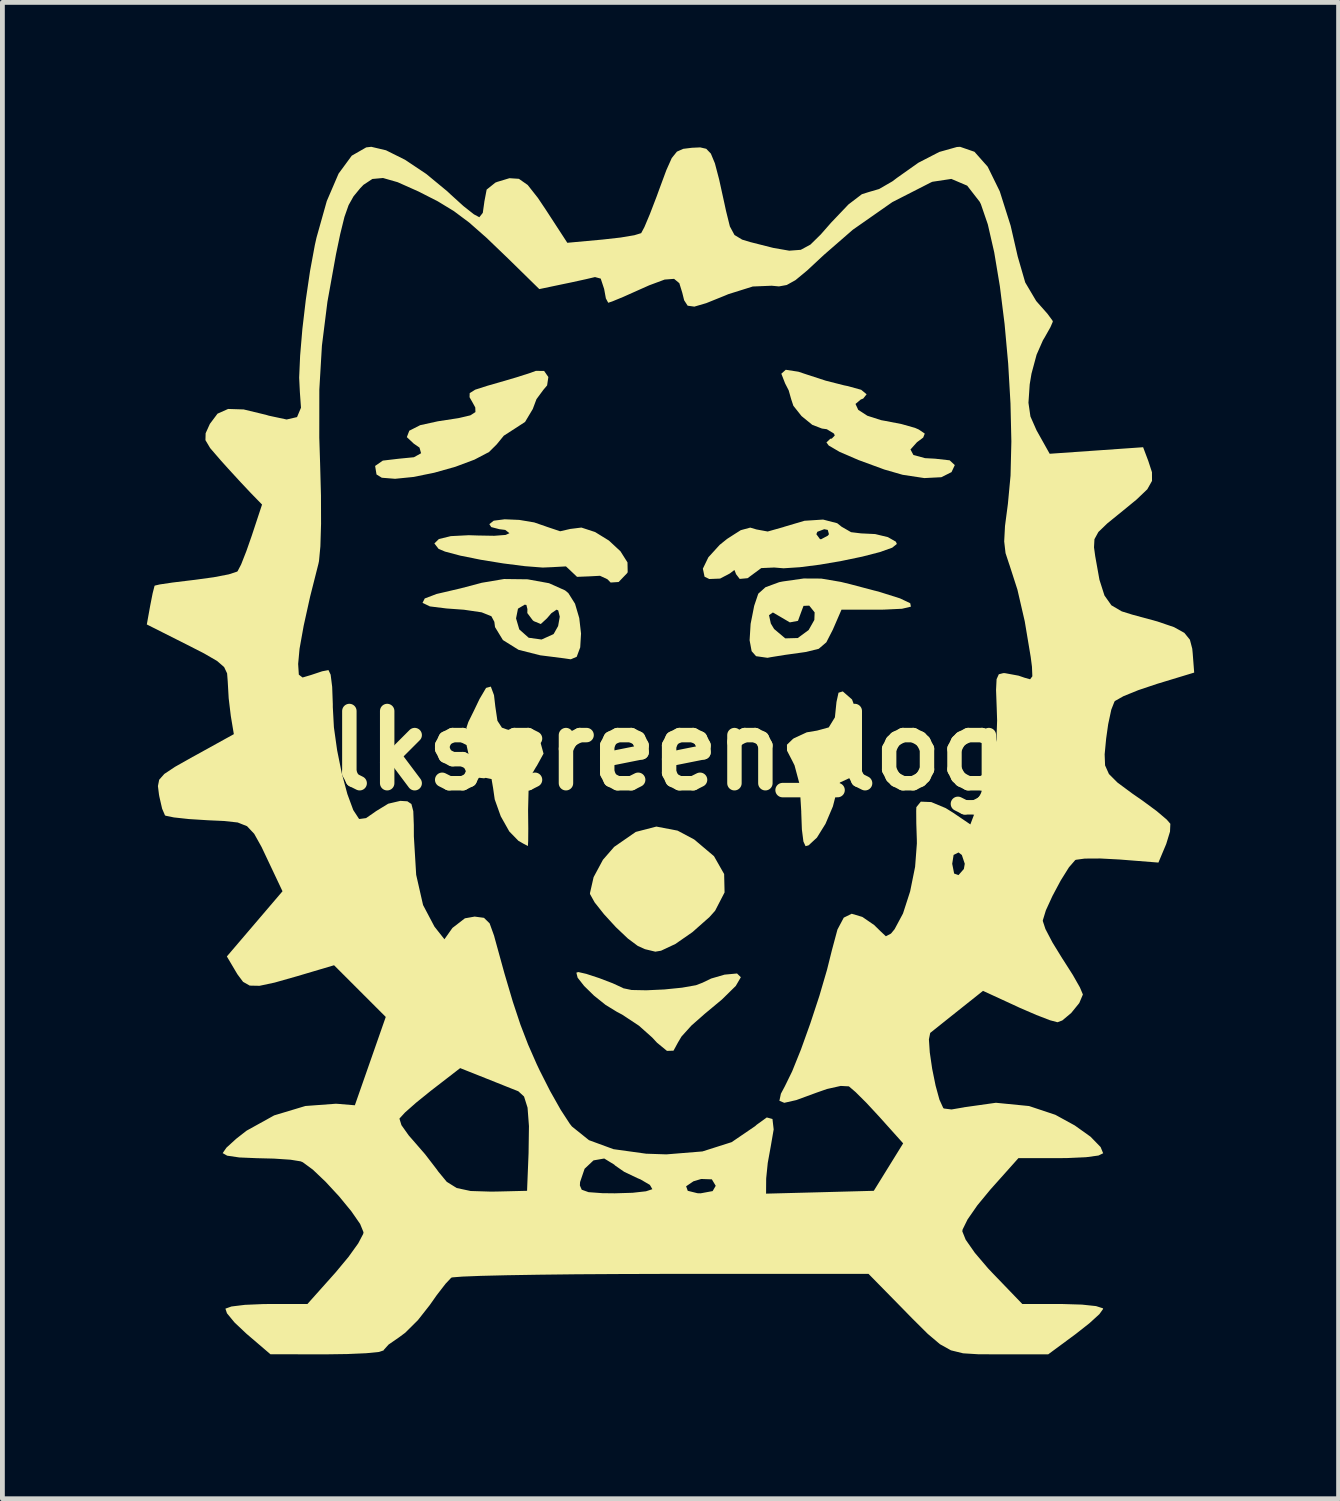
<source format=kicad_pcb>
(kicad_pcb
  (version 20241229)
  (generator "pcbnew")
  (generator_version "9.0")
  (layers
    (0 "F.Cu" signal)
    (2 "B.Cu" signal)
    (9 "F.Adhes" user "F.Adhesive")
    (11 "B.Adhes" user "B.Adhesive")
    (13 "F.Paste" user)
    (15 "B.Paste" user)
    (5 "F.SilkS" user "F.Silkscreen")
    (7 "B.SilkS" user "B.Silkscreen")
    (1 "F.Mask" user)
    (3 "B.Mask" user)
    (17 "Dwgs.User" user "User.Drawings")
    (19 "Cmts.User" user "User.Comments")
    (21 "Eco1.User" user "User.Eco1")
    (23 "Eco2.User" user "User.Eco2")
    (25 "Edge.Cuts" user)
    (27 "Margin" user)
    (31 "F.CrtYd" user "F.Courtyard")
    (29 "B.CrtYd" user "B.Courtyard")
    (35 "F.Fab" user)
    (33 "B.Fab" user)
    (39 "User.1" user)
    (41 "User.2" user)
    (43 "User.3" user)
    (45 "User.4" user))
  (footprint "silkscreen_logo"
    (layer "F.Cu")
    (at 10.565 12.543)
    (property "Reference" "silkscreen_logo" (at 0 0 0) (layer "F.SilkS") (effects (font (size 1.5 1.5) (thickness 0.3))))
    (attr board_only exclude_from_pos_files exclude_from_bom)
    (fp_poly (pts (xy 0.461 1.663) (xy 0.807 1.847) (xy 1.218 2.194) (xy 1.429 2.565) (xy 1.438 2.947) (xy 1.241 3.328) (xy 1.125 3.458) (xy 0.769 3.773) (xy 0.416 4.018) (xy 0.118 4.158) (xy 0 4.178) (xy -0.216 4.126) (xy -0.366 4.058) (xy -0.57 3.906) (xy -0.82 3.669) (xy -1.066 3.401) (xy -1.261 3.155) (xy -1.356 2.984) (xy -1.359 2.964) (xy -1.283 2.63) (xy -1.089 2.269) (xy -0.856 2.001) (xy -0.407 1.69) (xy 0.021 1.579)) (stroke (width 0) (type solid)) (fill yes) (layer "F.SilkS"))
    (fp_poly (pts (xy 4.086 -1.061) (xy 4.212 -0.725) (xy 4.263 -0.256) (xy 4.26 -0.052) (xy 4.237 0.299) (xy 4.192 0.489) (xy 4.11 0.565) (xy 4.026 0.575) (xy 3.835 0.663) (xy 3.785 0.784) (xy 3.688 1.161) (xy 3.535 1.521) (xy 3.357 1.808) (xy 3.183 1.969) (xy 3.12 1.986) (xy 3.076 1.89) (xy 3.044 1.639) (xy 3.031 1.285) (xy 3.031 1.263) (xy 2.997 0.702) (xy 2.891 0.306) (xy 2.849 0.222) (xy 2.735 0.002) (xy 2.734 -0.122) (xy 2.852 -0.236) (xy 2.875 -0.254) (xy 3.145 -0.379) (xy 3.36 -0.415) (xy 3.602 -0.481) (xy 3.73 -0.69) (xy 3.763 -1.01) (xy 3.805 -1.202) (xy 3.894 -1.229)) (stroke (width 0) (type solid)) (fill yes) (layer "F.SilkS"))
    (fp_poly (pts (xy -1.435 4.639) (xy -1.167 4.727) (xy -0.887 4.834) (xy -0.686 4.926) (xy -0.666 4.938) (xy -0.494 4.974) (xy -0.187 4.98) (xy 0.186 4.963) (xy 0.553 4.926) (xy 0.843 4.875) (xy 0.977 4.824) (xy 1.159 4.736) (xy 1.431 4.657) (xy 1.437 4.655) (xy 1.697 4.631) (xy 1.776 4.709) (xy 1.671 4.889) (xy 1.385 5.17) (xy 1.026 5.469) (xy 0.749 5.713) (xy 0.543 5.941) (xy 0.47 6.064) (xy 0.377 6.235) (xy 0.241 6.239) (xy 0.035 6.07) (xy -0.067 5.96) (xy -0.341 5.716) (xy -0.689 5.486) (xy -0.799 5.428) (xy -1.034 5.284) (xy -1.274 5.092) (xy -1.48 4.89) (xy -1.615 4.718) (xy -1.641 4.614) (xy -1.601 4.601)) (stroke (width 0) (type solid)) (fill yes) (layer "F.SilkS"))
    (fp_poly (pts (xy -3.352 -1.151) (xy -3.325 -0.916) (xy -3.281 -0.619) (xy -3.188 -0.476) (xy -3.084 -0.439) (xy -2.638 -0.325) (xy -2.383 -0.155) (xy -2.323 0.063) (xy -2.465 0.322) (xy -2.477 0.337) (xy -2.58 0.515) (xy -2.633 0.795) (xy -2.644 1.228) (xy -2.644 1.259) (xy -2.64 1.618) (xy -2.642 1.877) (xy -2.648 1.983) (xy -2.649 1.983) (xy -2.74 1.935) (xy -2.845 1.875) (xy -3.035 1.68) (xy -3.212 1.365) (xy -3.337 1.015) (xy -3.371 0.779) (xy -3.403 0.592) (xy -3.525 0.567) (xy -3.559 0.576) (xy -3.737 0.557) (xy -3.799 0.449) (xy -3.92 -0.1) (xy -3.924 -0.477) (xy -3.886 -0.592) (xy -3.768 -0.831) (xy -3.653 -1.071) (xy -3.517 -1.302) (xy -3.418 -1.329)) (stroke (width 0) (type solid)) (fill yes) (layer "F.SilkS"))
    (fp_poly (pts (xy -2.311 -7.887) (xy -2.223 -7.76) (xy -2.249 -7.586) (xy -2.326 -7.495) (xy -2.47 -7.3) (xy -2.547 -7.095) (xy -2.707 -6.827) (xy -2.902 -6.7) (xy -3.149 -6.541) (xy -3.295 -6.362) (xy -3.455 -6.203) (xy -3.758 -6.044) (xy -4.154 -5.896) (xy -4.594 -5.772) (xy -5.028 -5.684) (xy -5.407 -5.646) (xy -5.683 -5.668) (xy -5.793 -5.736) (xy -5.822 -5.913) (xy -5.662 -6.024) (xy -5.331 -6.063) (xy -5.016 -6.094) (xy -4.867 -6.177) (xy -4.9 -6.294) (xy -5.021 -6.378) (xy -5.163 -6.512) (xy -5.112 -6.645) (xy -4.886 -6.76) (xy -4.517 -6.841) (xy -4.093 -6.906) (xy -3.844 -6.964) (xy -3.738 -7.032) (xy -3.741 -7.127) (xy -3.788 -7.214) (xy -3.86 -7.341) (xy -3.857 -7.426) (xy -3.744 -7.497) (xy -3.485 -7.58) (xy -3.24 -7.65) (xy -2.889 -7.753) (xy -2.601 -7.845) (xy -2.483 -7.888)) (stroke (width 0) (type solid)) (fill yes) (layer "F.SilkS"))
    (fp_poly (pts (xy -2.827 -4.792) (xy -2.517 -4.74) (xy -2.265 -4.653) (xy -2.264 -4.652) (xy -1.978 -4.556) (xy -1.769 -4.604) (xy -1.536 -4.633) (xy -1.252 -4.54) (xy -0.965 -4.363) (xy -0.725 -4.14) (xy -0.579 -3.909) (xy -0.575 -3.706) (xy -0.586 -3.686) (xy -0.763 -3.502) (xy -0.929 -3.491) (xy -0.996 -3.559) (xy -1.15 -3.631) (xy -1.376 -3.619) (xy -1.627 -3.609) (xy -1.742 -3.718) (xy -1.857 -3.826) (xy -2.1 -3.813) (xy -2.107 -3.812) (xy -2.34 -3.802) (xy -2.711 -3.831) (xy -3.16 -3.888) (xy -3.627 -3.964) (xy -4.05 -4.049) (xy -4.37 -4.134) (xy -4.503 -4.19) (xy -4.591 -4.303) (xy -4.498 -4.394) (xy -4.25 -4.455) (xy -3.876 -4.474) (xy -3.685 -4.468) (xy -3.347 -4.462) (xy -3.11 -4.48) (xy -3.031 -4.516) (xy -3.119 -4.584) (xy -3.24 -4.599) (xy -3.41 -4.643) (xy -3.449 -4.704) (xy -3.358 -4.776) (xy -3.129 -4.805)) (stroke (width 0) (type solid)) (fill yes) (layer "F.SilkS"))
    (fp_poly (pts (xy 3.447 -3.573) (xy 3.854 -3.504) (xy 4.047 -3.457) (xy 4.667 -3.293) (xy 5.082 -3.162) (xy 5.295 -3.061) (xy 5.309 -2.99) (xy 5.124 -2.946) (xy 4.743 -2.928) (xy 4.599 -2.927) (xy 3.867 -2.927) (xy 3.687 -2.512) (xy 3.552 -2.249) (xy 3.394 -2.114) (xy 3.131 -2.049) (xy 3.034 -2.035) (xy 2.689 -1.987) (xy 2.397 -1.94) (xy 2.33 -1.927) (xy 2.092 -1.961) (xy 2 -2.065) (xy 1.958 -2.292) (xy 1.979 -2.633) (xy 2.015 -2.813) (xy 2.361 -2.813) (xy 2.399 -2.639) (xy 2.467 -2.526) (xy 2.698 -2.331) (xy 2.959 -2.338) (xy 3.185 -2.505) (xy 3.303 -2.714) (xy 3.309 -2.871) (xy 3.197 -3.011) (xy 3.078 -3.006) (xy 3.031 -2.881) (xy 2.963 -2.695) (xy 2.794 -2.663) (xy 2.617 -2.767) (xy 2.442 -2.869) (xy 2.361 -2.813) (xy 2.015 -2.813) (xy 2.053 -3.007) (xy 2.138 -3.259) (xy 2.287 -3.393) (xy 2.572 -3.498) (xy 2.647 -3.513) (xy 3.082 -3.575)) (stroke (width 0) (type solid)) (fill yes) (layer "F.SilkS"))
    (fp_poly (pts (xy 2.97 -7.871) (xy 3.16 -7.808) (xy 3.541 -7.684) (xy 3.923 -7.587) (xy 3.998 -7.572) (xy 4.276 -7.495) (xy 4.389 -7.402) (xy 4.318 -7.313) (xy 4.267 -7.293) (xy 4.158 -7.201) (xy 4.215 -7.078) (xy 4.404 -6.956) (xy 4.691 -6.864) (xy 4.774 -6.849) (xy 5.115 -6.783) (xy 5.394 -6.704) (xy 5.472 -6.67) (xy 5.597 -6.585) (xy 5.564 -6.502) (xy 5.435 -6.406) (xy 5.3 -6.255) (xy 5.361 -6.141) (xy 5.602 -6.075) (xy 5.81 -6.064) (xy 6.114 -6.03) (xy 6.221 -5.931) (xy 6.153 -5.785) (xy 5.942 -5.679) (xy 5.588 -5.661) (xy 5.138 -5.729) (xy 4.756 -5.839) (xy 4.22 -6.036) (xy 3.828 -6.205) (xy 3.602 -6.337) (xy 3.554 -6.402) (xy 3.635 -6.478) (xy 3.665 -6.481) (xy 3.727 -6.545) (xy 3.711 -6.585) (xy 3.562 -6.676) (xy 3.461 -6.69) (xy 3.26 -6.767) (xy 3.037 -6.949) (xy 2.867 -7.163) (xy 2.822 -7.299) (xy 2.77 -7.483) (xy 2.696 -7.627) (xy 2.617 -7.829) (xy 2.709 -7.911)) (stroke (width 0) (type solid)) (fill yes) (layer "F.SilkS"))
    (fp_poly (pts (xy 3.778 -4.723) (xy 3.868 -4.651) (xy 4.066 -4.537) (xy 4.273 -4.512) (xy 4.566 -4.498) (xy 4.831 -4.434) (xy 4.996 -4.34) (xy 5.017 -4.292) (xy 4.921 -4.215) (xy 4.666 -4.124) (xy 4.298 -4.029) (xy 3.866 -3.939) (xy 3.417 -3.862) (xy 3 -3.809) (xy 2.663 -3.787) (xy 2.469 -3.803) (xy 2.2 -3.791) (xy 2.09 -3.71) (xy 1.916 -3.581) (xy 1.752 -3.566) (xy 1.673 -3.669) (xy 1.672 -3.679) (xy 1.642 -3.752) (xy 1.547 -3.679) (xy 1.345 -3.573) (xy 1.12 -3.564) (xy 1.022 -3.612) (xy 0.987 -3.779) (xy 1.101 -4.015) (xy 1.337 -4.274) (xy 1.49 -4.397) (xy 1.642 -4.495) (xy 3.345 -4.495) (xy 3.42 -4.393) (xy 3.443 -4.39) (xy 3.585 -4.466) (xy 3.606 -4.495) (xy 3.582 -4.584) (xy 3.508 -4.599) (xy 3.365 -4.545) (xy 3.345 -4.495) (xy 1.642 -4.495) (xy 1.775 -4.579) (xy 1.971 -4.632) (xy 2.1 -4.594) (xy 2.334 -4.551) (xy 2.664 -4.644) (xy 2.676 -4.649) (xy 3.098 -4.774) (xy 3.485 -4.799)) (stroke (width 0) (type solid)) (fill yes) (layer "F.SilkS"))
    (fp_poly (pts (xy -2.655 -3.558) (xy -2.209 -3.477) (xy -1.876 -3.328) (xy -1.808 -3.272) (xy -1.669 -3.051) (xy -1.581 -2.752) (xy -1.544 -2.431) (xy -1.561 -2.144) (xy -1.634 -1.948) (xy -1.757 -1.896) (xy -1.894 -1.916) (xy -2.168 -1.951) (xy -2.391 -1.979) (xy -2.842 -2.093) (xy -3.167 -2.296) (xy -3.331 -2.565) (xy -3.345 -2.675) (xy -3.383 -2.746) (xy -2.894 -2.746) (xy -2.827 -2.517) (xy -2.632 -2.344) (xy -2.364 -2.307) (xy -2.12 -2.417) (xy -2.111 -2.425) (xy -2.02 -2.587) (xy -1.986 -2.781) (xy -2.018 -2.912) (xy -2.053 -2.927) (xy -2.161 -2.853) (xy -2.251 -2.748) (xy -2.38 -2.629) (xy -2.524 -2.688) (xy -2.548 -2.707) (xy -2.66 -2.857) (xy -2.658 -2.939) (xy -2.679 -3.025) (xy -2.715 -3.031) (xy -2.854 -2.948) (xy -2.894 -2.746) (xy -3.383 -2.746) (xy -3.407 -2.791) (xy -3.609 -2.872) (xy -3.977 -2.926) (xy -4.338 -2.952) (xy -4.684 -2.995) (xy -4.837 -3.069) (xy -4.791 -3.16) (xy -4.543 -3.254) (xy -4.442 -3.277) (xy -4.045 -3.37) (xy -3.639 -3.477) (xy -3.606 -3.486) (xy -3.143 -3.564)) (stroke (width 0) (type solid)) (fill yes) (layer "F.SilkS"))
    (fp_poly (pts (xy 6.629 -12.44) (xy 6.904 -12.13) (xy 7.155 -11.618) (xy 7.381 -10.904) (xy 7.528 -10.264) (xy 7.684 -9.725) (xy 7.912 -9.34) (xy 7.959 -9.286) (xy 8.145 -9.076) (xy 8.249 -8.935) (xy 8.258 -8.912) (xy 8.208 -8.796) (xy 8.085 -8.578) (xy 8.052 -8.524) (xy 7.92 -8.224) (xy 7.814 -7.83) (xy 7.777 -7.608) (xy 7.751 -7.225) (xy 7.792 -6.941) (xy 7.919 -6.653) (xy 7.951 -6.596) (xy 8.192 -6.166) (xy 9.163 -6.234) (xy 10.133 -6.302) (xy 10.24 -6.019) (xy 10.317 -5.783) (xy 10.318 -5.602) (xy 10.22 -5.428) (xy 9.997 -5.215) (xy 9.709 -4.979) (xy 9.39 -4.72) (xy 9.204 -4.541) (xy 9.122 -4.391) (xy 9.113 -4.222) (xy 9.138 -4.038) (xy 9.226 -3.548) (xy 9.33 -3.222) (xy 9.474 -3.018) (xy 9.689 -2.892) (xy 9.908 -2.824) (xy 10.427 -2.683) (xy 10.776 -2.564) (xy 10.99 -2.445) (xy 11.105 -2.303) (xy 11.154 -2.116) (xy 11.163 -2.024) (xy 11.194 -1.62) (xy 10.417 -1.384) (xy 10.033 -1.255) (xy 9.725 -1.13) (xy 9.55 -1.031) (xy 9.538 -1.018) (xy 9.472 -0.85) (xy 9.407 -0.546) (xy 9.365 -0.247) (xy 9.334 0.079) (xy 9.343 0.308) (xy 9.423 0.487) (xy 9.601 0.665) (xy 9.906 0.891) (xy 10.128 1.045) (xy 10.414 1.256) (xy 10.623 1.433) (xy 10.699 1.521) (xy 10.692 1.683) (xy 10.614 1.938) (xy 10.597 1.979) (xy 10.451 2.327) (xy 9.642 2.263) (xy 9.243 2.242) (xy 8.921 2.244) (xy 8.737 2.269) (xy 8.722 2.276) (xy 8.592 2.426) (xy 8.422 2.698) (xy 8.25 3.02) (xy 8.113 3.319) (xy 8.05 3.525) (xy 8.049 3.541) (xy 8.104 3.708) (xy 8.25 3.987) (xy 8.454 4.319) (xy 8.467 4.338) (xy 8.672 4.66) (xy 8.82 4.92) (xy 8.881 5.065) (xy 8.881 5.07) (xy 8.807 5.245) (xy 8.64 5.451) (xy 8.454 5.607) (xy 8.354 5.644) (xy 8.2 5.603) (xy 7.915 5.493) (xy 7.559 5.339) (xy 7.515 5.318) (xy 6.807 4.992) (xy 6.304 5.392) (xy 6.023 5.616) (xy 5.804 5.791) (xy 5.71 5.866) (xy 5.683 6) (xy 5.701 6.27) (xy 5.751 6.612) (xy 5.822 6.961) (xy 5.902 7.253) (xy 5.979 7.422) (xy 5.993 7.436) (xy 6.153 7.456) (xy 6.405 7.413) (xy 6.416 7.41) (xy 7.075 7.317) (xy 7.764 7.385) (xy 8.31 7.567) (xy 8.713 7.788) (xy 9.041 8.022) (xy 9.25 8.237) (xy 9.303 8.366) (xy 9.206 8.413) (xy 8.946 8.448) (xy 8.567 8.465) (xy 8.423 8.467) (xy 7.543 8.467) (xy 6.96 9.12) (xy 6.69 9.447) (xy 6.486 9.741) (xy 6.383 9.95) (xy 6.377 9.988) (xy 6.447 10.162) (xy 6.637 10.434) (xy 6.912 10.757) (xy 7 10.85) (xy 7.624 11.498) (xy 8.463 11.498) (xy 8.862 11.51) (xy 9.155 11.541) (xy 9.296 11.586) (xy 9.303 11.599) (xy 9.225 11.708) (xy 9.019 11.896) (xy 8.732 12.122) (xy 8.162 12.543) (xy 7.16 12.543) (xy 6.716 12.542) (xy 6.393 12.522) (xy 6.141 12.46) (xy 5.913 12.333) (xy 5.659 12.118) (xy 5.33 11.791) (xy 5.12 11.576) (xy 4.428 10.871) (xy 0.15 10.872) (xy -0.778 10.875) (xy -1.643 10.88) (xy -2.42 10.889) (xy -3.089 10.9) (xy -3.625 10.913) (xy -4.007 10.928) (xy -4.213 10.944) (xy -4.24 10.951) (xy -4.357 11.075) (xy -4.542 11.314) (xy -4.686 11.519) (xy -4.933 11.833) (xy -5.198 12.096) (xy -5.332 12.195) (xy -5.542 12.34) (xy -5.643 12.452) (xy -5.644 12.461) (xy -5.742 12.494) (xy -6.007 12.52) (xy -6.397 12.537) (xy -6.82 12.543) (xy -7.996 12.542) (xy -8.494 12.116) (xy -8.743 11.881) (xy -8.9 11.69) (xy -8.932 11.594) (xy -8.806 11.549) (xy -8.526 11.515) (xy -8.147 11.499) (xy -8.051 11.498) (xy -7.229 11.498) (xy -6.646 10.845) (xy -6.377 10.522) (xy -6.173 10.238) (xy -6.07 10.042) (xy -6.063 10.007) (xy -6.133 9.835) (xy -6.316 9.571) (xy -6.569 9.263) (xy -6.85 8.959) (xy -7.116 8.706) (xy -7.324 8.553) (xy -7.369 8.534) (xy -7.579 8.5) (xy -7.921 8.477) (xy -8.284 8.468) (xy -8.644 8.453) (xy -8.896 8.416) (xy -8.989 8.363) (xy -8.911 8.25) (xy -8.708 8.065) (xy -8.493 7.897) (xy -8.045 7.649) (xy -5.316 7.649) (xy -5.275 7.782) (xy -5.124 7.995) (xy -5.046 8.084) (xy -4.783 8.387) (xy -4.54 8.703) (xy -4.509 8.747) (xy -4.334 8.959) (xy -4.127 9.088) (xy -3.837 9.15) (xy -3.409 9.163) (xy -3.24 9.16) (xy -2.665 9.146) (xy -2.661 9.035) (xy -1.568 9.035) (xy -1.53 9.123) (xy -1.388 9.174) (xy -1.102 9.195) (xy -0.842 9.198) (xy -0.474 9.187) (xy -0.195 9.156) (xy -0.064 9.113) (xy -0.063 9.111) (xy -0.097 9.052) (xy 0.639 9.052) (xy 0.673 9.146) (xy 0.875 9.196) (xy 0.941 9.198) (xy 1.19 9.152) (xy 1.254 9.042) (xy 1.174 8.908) (xy 0.953 8.9) (xy 0.792 8.948) (xy 0.639 9.052) (xy -0.097 9.052) (xy -0.114 9.023) (xy -0.307 8.91) (xy -0.376 8.881) (xy -0.648 8.751) (xy -0.838 8.619) (xy -0.854 8.602) (xy -1.062 8.475) (xy -1.285 8.514) (xy -1.47 8.688) (xy -1.564 8.964) (xy -1.568 9.035) (xy -2.661 9.035) (xy -2.634 8.363) (xy -2.626 7.802) (xy -2.655 7.419) (xy -2.728 7.187) (xy -2.847 7.078) (xy -3.014 7.012) (xy -3.299 6.898) (xy -3.517 6.811) (xy -4.055 6.597) (xy -4.667 7.07) (xy -4.969 7.314) (xy -5.2 7.518) (xy -5.313 7.641) (xy -5.316 7.649) (xy -8.045 7.649) (xy -7.919 7.579) (xy -7.271 7.384) (xy -6.637 7.337) (xy -6.591 7.34) (xy -6.243 7.369) (xy -5.922 6.452) (xy -5.601 5.534) (xy -6.138 4.997) (xy -6.675 4.46) (xy -7.44 4.687) (xy -7.909 4.82) (xy -8.223 4.887) (xy -8.427 4.883) (xy -8.565 4.805) (xy -8.681 4.65) (xy -8.714 4.595) (xy -8.902 4.277) (xy -8.324 3.6) (xy -7.746 2.923) (xy -7.98 2.428) (xy -8.181 2.003) (xy -8.334 1.729) (xy -8.483 1.571) (xy -8.677 1.494) (xy -8.961 1.463) (xy -9.292 1.448) (xy -9.69 1.423) (xy -10.002 1.389) (xy -10.173 1.354) (xy -10.188 1.345) (xy -10.247 1.207) (xy -10.305 0.954) (xy -10.312 0.915) (xy -10.334 0.737) (xy -10.308 0.606) (xy -10.202 0.486) (xy -9.983 0.34) (xy -9.618 0.134) (xy -9.564 0.105) (xy -8.757 -0.341) (xy -8.82 -0.719) (xy -8.864 -1.086) (xy -8.884 -1.436) (xy -8.897 -1.604) (xy -8.959 -1.735) (xy -9.033 -1.799) (xy -7.421 -1.799) (xy -7.407 -1.577) (xy -7.329 -1.518) (xy -7.153 -1.57) (xy -6.922 -1.647) (xy -6.791 -1.672) (xy -6.746 -1.577) (xy -6.714 -1.323) (xy -6.701 -0.964) (xy -6.701 -0.904) (xy -6.678 -0.482) (xy -6.611 -0.005) (xy -6.514 0.474) (xy -6.398 0.905) (xy -6.276 1.236) (xy -6.159 1.415) (xy -6.149 1.422) (xy -6.01 1.403) (xy -5.816 1.269) (xy -5.813 1.265) (xy -5.55 1.104) (xy -5.298 1.045) (xy -5.152 1.054) (xy -5.068 1.11) (xy -5.029 1.259) (xy -5.018 1.546) (xy -5.017 1.783) (xy -4.969 2.581) (xy -4.826 3.209) (xy -4.589 3.658) (xy -4.589 3.658) (xy -4.382 3.92) (xy -4.216 3.685) (xy -3.957 3.485) (xy -3.754 3.449) (xy -3.56 3.475) (xy -3.443 3.59) (xy -3.35 3.848) (xy -3.338 3.894) (xy -3.134 4.634) (xy -2.961 5.218) (xy -2.803 5.694) (xy -2.643 6.11) (xy -2.465 6.515) (xy -2.402 6.648) (xy -2.186 7.074) (xy -1.966 7.464) (xy -1.779 7.751) (xy -1.734 7.809) (xy -1.379 8.094) (xy -0.87 8.281) (xy -0.192 8.375) (xy 0.229 8.389) (xy 0.978 8.328) (xy 1.585 8.135) (xy 2.075 7.801) (xy 2.103 7.775) (xy 2.315 7.622) (xy 2.433 7.654) (xy 2.458 7.871) (xy 2.398 8.219) (xy 2.335 8.566) (xy 2.303 8.883) (xy 2.302 8.914) (xy 2.3 9.205) (xy 3.419 9.176) (xy 4.538 9.146) (xy 4.843 8.653) (xy 5.148 8.16) (xy 4.653 7.608) (xy 4.387 7.321) (xy 4.16 7.095) (xy 4.022 6.977) (xy 4.02 6.976) (xy 3.851 6.967) (xy 3.565 7.031) (xy 3.348 7.107) (xy 2.929 7.261) (xy 2.678 7.318) (xy 2.577 7.276) (xy 2.608 7.129) (xy 2.691 6.973) (xy 2.842 6.664) (xy 3.025 6.21) (xy 3.219 5.669) (xy 3.407 5.098) (xy 3.566 4.555) (xy 3.666 4.154) (xy 3.783 3.718) (xy 3.914 3.471) (xy 4.079 3.39) (xy 4.297 3.455) (xy 4.305 3.459) (xy 4.545 3.624) (xy 4.678 3.754) (xy 4.789 3.858) (xy 4.895 3.802) (xy 4.97 3.711) (xy 5.145 3.384) (xy 5.293 2.926) (xy 5.396 2.416) (xy 5.401 2.352) (xy 6.167 2.352) (xy 6.207 2.555) (xy 6.298 2.587) (xy 6.409 2.46) (xy 6.428 2.352) (xy 6.367 2.169) (xy 6.298 2.117) (xy 6.196 2.168) (xy 6.167 2.352) (xy 5.401 2.352) (xy 5.433 1.93) (xy 5.432 1.849) (xy 5.421 1.513) (xy 5.419 1.256) (xy 5.422 1.176) (xy 5.515 1.061) (xy 5.732 1.07) (xy 6.031 1.195) (xy 6.184 1.29) (xy 6.544 1.534) (xy 6.706 1.107) (xy 6.903 0.559) (xy 7.025 0.134) (xy 7.087 -0.238) (xy 7.1 -0.624) (xy 7.092 -0.873) (xy 7.078 -1.26) (xy 7.089 -1.483) (xy 7.135 -1.585) (xy 7.228 -1.609) (xy 7.265 -1.608) (xy 7.546 -1.556) (xy 7.671 -1.513) (xy 7.785 -1.481) (xy 7.832 -1.543) (xy 7.824 -1.742) (xy 7.798 -1.943) (xy 7.674 -2.685) (xy 7.522 -3.343) (xy 7.356 -3.858) (xy 7.349 -3.877) (xy 7.275 -4.102) (xy 7.247 -4.345) (xy 7.264 -4.667) (xy 7.324 -5.125) (xy 7.379 -5.713) (xy 7.396 -6.422) (xy 7.378 -7.209) (xy 7.33 -8.037) (xy 7.255 -8.863) (xy 7.157 -9.647) (xy 7.04 -10.35) (xy 6.907 -10.931) (xy 6.763 -11.351) (xy 6.738 -11.401) (xy 6.478 -11.736) (xy 6.149 -11.876) (xy 5.757 -11.817) (xy 5.728 -11.805) (xy 4.923 -11.394) (xy 4.102 -10.82) (xy 3.502 -10.298) (xy 3.154 -9.974) (xy 2.911 -9.773) (xy 2.729 -9.672) (xy 2.568 -9.643) (xy 2.417 -9.657) (xy 2.024 -9.641) (xy 1.514 -9.481) (xy 1.453 -9.455) (xy 1.057 -9.295) (xy 0.81 -9.223) (xy 0.671 -9.242) (xy 0.598 -9.355) (xy 0.559 -9.512) (xy 0.498 -9.71) (xy 0.389 -9.8) (xy 0.193 -9.785) (xy -0.127 -9.666) (xy -0.356 -9.564) (xy -0.667 -9.425) (xy -0.895 -9.331) (xy -0.979 -9.303) (xy -1.028 -9.393) (xy -1.064 -9.59) (xy -1.135 -9.805) (xy -1.254 -9.837) (xy -1.446 -9.792) (xy -1.752 -9.725) (xy -1.911 -9.692) (xy -2.411 -9.587) (xy -3.061 -10.224) (xy -3.509 -10.654) (xy -3.867 -10.969) (xy -4.187 -11.208) (xy -4.519 -11.41) (xy -4.917 -11.613) (xy -4.919 -11.614) (xy -5.354 -11.808) (xy -5.658 -11.895) (xy -5.879 -11.875) (xy -6.064 -11.753) (xy -6.133 -11.681) (xy -6.271 -11.513) (xy -6.373 -11.331) (xy -6.459 -11.087) (xy -6.547 -10.73) (xy -6.635 -10.309) (xy -6.813 -9.322) (xy -6.927 -8.413) (xy -6.981 -7.5) (xy -6.982 -6.503) (xy -6.965 -5.97) (xy -6.947 -5.299) (xy -6.945 -4.711) (xy -6.959 -4.244) (xy -6.988 -3.936) (xy -7 -3.879) (xy -7.173 -3.195) (xy -7.306 -2.594) (xy -7.392 -2.115) (xy -7.421 -1.799) (xy -9.033 -1.799) (xy -9.106 -1.862) (xy -9.375 -2.018) (xy -9.725 -2.197) (xy -10.565 -2.62) (xy -10.495 -3.008) (xy -10.444 -3.267) (xy -10.406 -3.416) (xy -10.4 -3.427) (xy -10.293 -3.452) (xy -10.029 -3.491) (xy -9.661 -3.536) (xy -9.568 -3.547) (xy -9.174 -3.601) (xy -8.862 -3.661) (xy -8.691 -3.717) (xy -8.679 -3.726) (xy -8.606 -3.866) (xy -8.497 -4.143) (xy -8.385 -4.463) (xy -8.171 -5.111) (xy -8.405 -5.351) (xy -8.612 -5.571) (xy -8.88 -5.863) (xy -9.03 -6.03) (xy -9.249 -6.284) (xy -9.347 -6.449) (xy -9.343 -6.592) (xy -9.259 -6.778) (xy -9.254 -6.788) (xy -9.096 -6.999) (xy -8.876 -7.097) (xy -8.553 -7.087) (xy -8.089 -6.975) (xy -8.029 -6.957) (xy -7.66 -6.878) (xy -7.444 -6.928) (xy -7.362 -7.123) (xy -7.385 -7.445) (xy -7.4 -7.748) (xy -7.38 -8.204) (xy -7.333 -8.76) (xy -7.262 -9.364) (xy -7.174 -9.962) (xy -7.074 -10.503) (xy -7.04 -10.655) (xy -6.826 -11.416) (xy -6.581 -11.986) (xy -6.307 -12.359) (xy -6.007 -12.531) (xy -5.901 -12.543) (xy -5.596 -12.471) (xy -5.199 -12.273) (xy -4.759 -11.979) (xy -4.323 -11.619) (xy -4.254 -11.554) (xy -3.986 -11.311) (xy -3.769 -11.14) (xy -3.657 -11.08) (xy -3.585 -11.171) (xy -3.554 -11.39) (xy -3.554 -11.396) (xy -3.505 -11.654) (xy -3.324 -11.799) (xy -3.286 -11.814) (xy -3.031 -11.891) (xy -2.835 -11.878) (xy -2.652 -11.75) (xy -2.44 -11.481) (xy -2.274 -11.233) (xy -1.829 -10.549) (xy -1.098 -10.616) (xy -0.724 -10.658) (xy -0.437 -10.706) (xy -0.296 -10.749) (xy -0.294 -10.751) (xy -0.228 -10.874) (xy -0.114 -11.145) (xy 0.027 -11.512) (xy 0.079 -11.655) (xy 0.229 -12.06) (xy 0.341 -12.31) (xy 0.448 -12.443) (xy 0.58 -12.501) (xy 0.759 -12.523) (xy 0.932 -12.531) (xy 1.057 -12.502) (xy 1.153 -12.402) (xy 1.237 -12.2) (xy 1.325 -11.865) (xy 1.435 -11.365) (xy 1.468 -11.212) (xy 1.548 -10.889) (xy 1.644 -10.711) (xy 1.803 -10.615) (xy 1.968 -10.565) (xy 2.449 -10.443) (xy 2.782 -10.385) (xy 3.021 -10.403) (xy 3.221 -10.511) (xy 3.436 -10.722) (xy 3.651 -10.967) (xy 4.012 -11.346) (xy 4.29 -11.558) (xy 4.429 -11.602) (xy 4.648 -11.666) (xy 4.925 -11.826) (xy 5.02 -11.898) (xy 5.464 -12.212) (xy 5.898 -12.436) (xy 6.264 -12.539) (xy 6.331 -12.543)) (stroke (width 0) (type solid)) (fill yes) (layer "F.SilkS")))
  (gr_rect
    (start -3 -3)
    (end 24.759 28.086)
    (stroke (width 0.1) (type default))
    (fill no)
    (layer "Edge.Cuts")))
</source>
